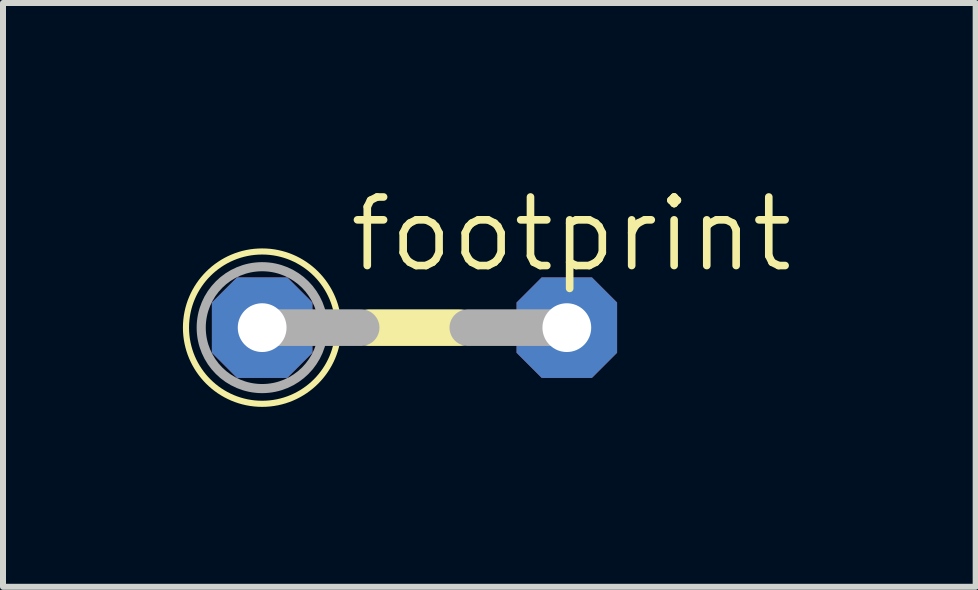
<source format=kicad_pcb>
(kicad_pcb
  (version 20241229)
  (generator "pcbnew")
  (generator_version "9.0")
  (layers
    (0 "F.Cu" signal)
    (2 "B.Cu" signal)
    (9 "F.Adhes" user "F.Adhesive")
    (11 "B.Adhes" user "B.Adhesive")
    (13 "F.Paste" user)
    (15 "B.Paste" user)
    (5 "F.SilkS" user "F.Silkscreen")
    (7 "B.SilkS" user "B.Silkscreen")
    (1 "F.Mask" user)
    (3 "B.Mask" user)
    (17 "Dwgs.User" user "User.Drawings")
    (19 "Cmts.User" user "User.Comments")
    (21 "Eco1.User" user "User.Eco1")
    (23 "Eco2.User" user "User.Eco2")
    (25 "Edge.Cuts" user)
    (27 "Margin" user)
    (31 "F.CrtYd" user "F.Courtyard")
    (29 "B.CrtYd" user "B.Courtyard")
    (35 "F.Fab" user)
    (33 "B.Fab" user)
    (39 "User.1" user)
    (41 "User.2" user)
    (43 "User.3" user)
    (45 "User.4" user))
  (footprint "footprint"
    (layer "F.Cu")
    (at 3.861 2.413)
    (property "Reference" "footprint" (at -1.143 -0.889 0) (layer "F.SilkS") (effects (font (size 1.143 1.143) (thickness 0.127)) (justify left bottom)))
    (fp_line (start -0.762 0) (end 0.762 0) (stroke (width 0.61) (type solid)) (layer "F.SilkS"))
    (fp_circle (center -2.54 0) (end -1.27 0) (stroke (width 0.102) (type solid)) (fill no) (layer "F.SilkS"))
    (fp_line (start -2.54 0) (end -0.889 0) (stroke (width 0.61) (type solid)) (layer "F.Fab"))
    (fp_line (start 0.889 0) (end 2.54 0) (stroke (width 0.61) (type solid)) (layer "F.Fab"))
    (fp_circle (center -2.54 0) (end -1.524 0) (stroke (width 0.152) (type solid)) (fill no) (layer "F.Fab"))
    (pad "1" thru_hole roundrect (at -2.54 0) (size 1.676 1.676) (drill 0.813) (layers "*.Cu" "*.Mask") (roundrect_rratio 0.25) (chamfer_ratio 0.25) (chamfer top_left top_right bottom_left bottom_right))
    (pad "2" thru_hole roundrect (at 2.54 0) (size 1.676 1.676) (drill 0.813) (layers "*.Cu" "*.Mask") (roundrect_rratio 0.25) (chamfer_ratio 0.25) (chamfer top_left top_right bottom_left bottom_right)))
  (gr_rect
    (start -3 -3)
    (end 13.218 6.734)
    (stroke (width 0.1) (type default))
    (fill no)
    (layer "Edge.Cuts")))
</source>
